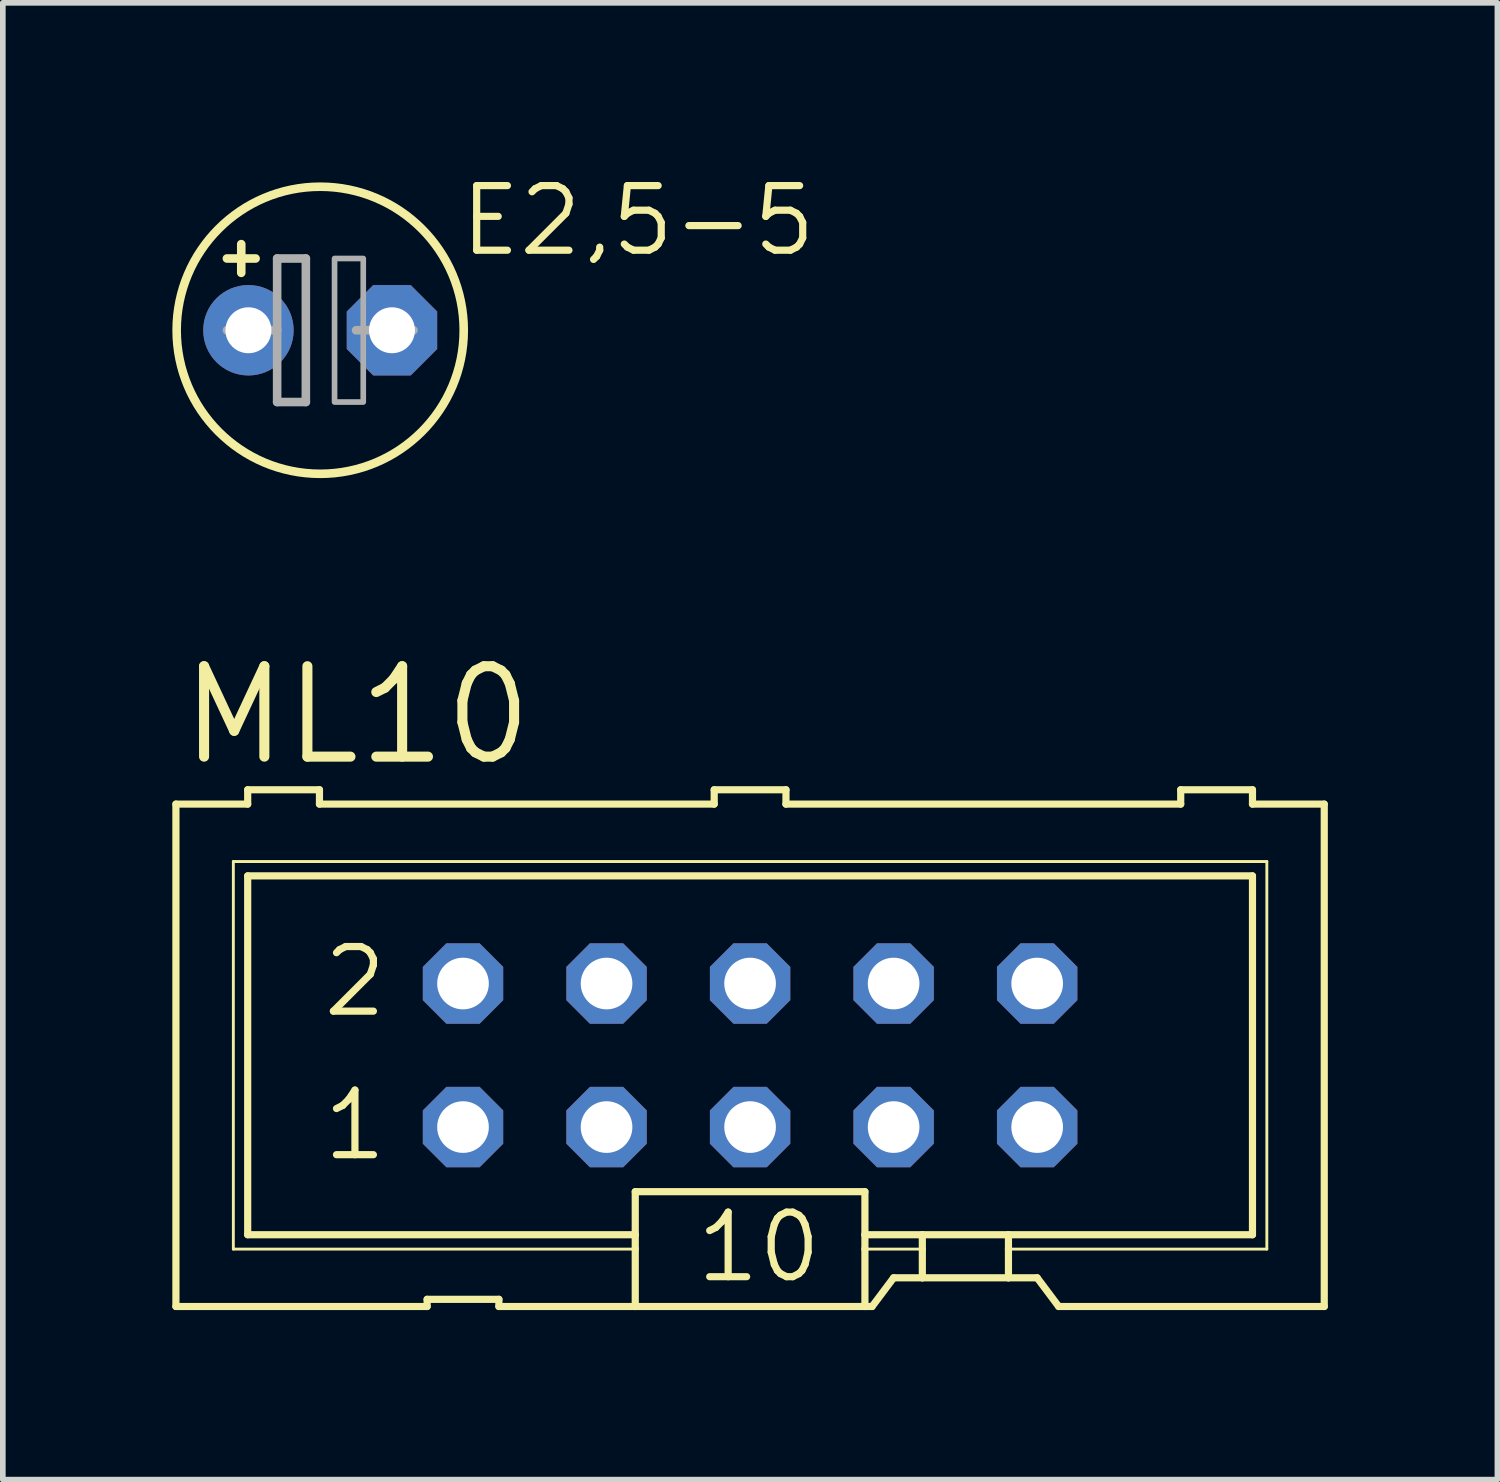
<source format=kicad_pcb>
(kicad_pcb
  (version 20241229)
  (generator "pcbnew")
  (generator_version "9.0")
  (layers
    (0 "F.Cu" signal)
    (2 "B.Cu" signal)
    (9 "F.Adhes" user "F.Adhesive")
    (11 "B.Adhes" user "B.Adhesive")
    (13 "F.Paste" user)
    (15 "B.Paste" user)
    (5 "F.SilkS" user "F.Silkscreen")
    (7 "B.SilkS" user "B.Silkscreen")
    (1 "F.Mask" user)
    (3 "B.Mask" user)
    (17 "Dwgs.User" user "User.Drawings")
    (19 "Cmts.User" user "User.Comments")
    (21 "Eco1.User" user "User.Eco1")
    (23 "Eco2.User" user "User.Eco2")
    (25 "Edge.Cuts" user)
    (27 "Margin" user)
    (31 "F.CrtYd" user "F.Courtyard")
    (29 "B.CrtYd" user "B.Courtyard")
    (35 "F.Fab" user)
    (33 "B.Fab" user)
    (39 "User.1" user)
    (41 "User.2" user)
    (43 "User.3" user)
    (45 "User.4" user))
  (footprint "E2,5-5"
    (layer "F.Cu")
    (at 2.616 2.794)
    (property "Reference" "E2,5-5" (at 2.413 -1.27 0) (layer "F.SilkS") (effects (font (size 1.143 1.143) (thickness 0.127)) (justify left bottom)))
    (fp_line (start -1.651 -1.27) (end -1.397 -1.27) (stroke (width 0.152) (type solid)) (layer "F.SilkS"))
    (fp_line (start -1.397 -1.27) (end -1.397 -1.524) (stroke (width 0.152) (type solid)) (layer "F.SilkS"))
    (fp_line (start -1.397 -1.27) (end -1.143 -1.27) (stroke (width 0.152) (type solid)) (layer "F.SilkS"))
    (fp_line (start -1.397 -1.016) (end -1.397 -1.27) (stroke (width 0.152) (type solid)) (layer "F.SilkS"))
    (fp_circle (center 0 0) (end 2.54 0) (stroke (width 0.152) (type solid)) (fill no) (layer "F.SilkS"))
    (fp_line (start -1.651 0) (end -0.762 0) (stroke (width 0.152) (type solid)) (layer "F.Fab"))
    (fp_line (start -0.762 -1.27) (end -0.762 0) (stroke (width 0.152) (type solid)) (layer "F.Fab"))
    (fp_line (start -0.762 0) (end -0.762 1.27) (stroke (width 0.152) (type solid)) (layer "F.Fab"))
    (fp_line (start -0.762 1.27) (end -0.254 1.27) (stroke (width 0.152) (type solid)) (layer "F.Fab"))
    (fp_line (start -0.254 -1.27) (end -0.762 -1.27) (stroke (width 0.152) (type solid)) (layer "F.Fab"))
    (fp_line (start -0.254 1.27) (end -0.254 -1.27) (stroke (width 0.152) (type solid)) (layer "F.Fab"))
    (fp_line (start 0.635 0) (end 1.651 0) (stroke (width 0.152) (type solid)) (layer "F.Fab"))
    (fp_poly (pts (xy 0.254 1.27) (xy 0.762 1.27) (xy 0.762 -1.27) (xy 0.254 -1.27)) (stroke (width 0.1) (type solid)) (fill no) (layer "F.Fab"))
    (pad "+" thru_hole circle (at -1.27 0) (size 1.6 1.6) (drill 0.813) (layers "*.Cu" "*.Mask"))
    (pad "-" thru_hole roundrect (at 1.27 0) (size 1.6 1.6) (drill 0.813) (layers "*.Cu" "*.Mask") (roundrect_rratio 0.25) (chamfer_ratio 0.293) (chamfer top_left top_right bottom_left bottom_right)))
  (footprint "ML10"
    (layer "F.Cu")
    (at 10.223 15.624)
    (property "Reference" "ML10" (at -10.16 -5.08 0) (layer "F.SilkS") (effects (font (size 1.6 1.6) (thickness 0.178)) (justify left bottom)))
    (fp_line (start -10.16 -4.445) (end -10.16 4.445) (stroke (width 0.127) (type solid)) (layer "F.SilkS"))
    (fp_line (start -10.16 -4.445) (end -8.89 -4.445) (stroke (width 0.127) (type solid)) (layer "F.SilkS"))
    (fp_line (start -9.144 -3.429) (end -9.144 3.429) (stroke (width 0.051) (type solid)) (layer "F.SilkS"))
    (fp_line (start -9.144 3.429) (end -2.032 3.429) (stroke (width 0.051) (type solid)) (layer "F.SilkS"))
    (fp_line (start -8.89 -4.699) (end -8.89 -4.445) (stroke (width 0.127) (type solid)) (layer "F.SilkS"))
    (fp_line (start -8.89 -3.175) (end -8.89 3.175) (stroke (width 0.127) (type solid)) (layer "F.SilkS"))
    (fp_line (start -8.89 -3.175) (end 8.89 -3.175) (stroke (width 0.127) (type solid)) (layer "F.SilkS"))
    (fp_line (start -7.62 -4.699) (end -8.89 -4.699) (stroke (width 0.127) (type solid)) (layer "F.SilkS"))
    (fp_line (start -7.62 -4.699) (end -7.62 -4.445) (stroke (width 0.127) (type solid)) (layer "F.SilkS"))
    (fp_line (start -7.62 -4.445) (end -0.635 -4.445) (stroke (width 0.127) (type solid)) (layer "F.SilkS"))
    (fp_line (start -5.715 4.445) (end -10.16 4.445) (stroke (width 0.127) (type solid)) (layer "F.SilkS"))
    (fp_line (start -5.715 4.445) (end -5.715 4.318) (stroke (width 0.127) (type solid)) (layer "F.SilkS"))
    (fp_line (start -4.445 4.318) (end -5.715 4.318) (stroke (width 0.127) (type solid)) (layer "F.SilkS"))
    (fp_line (start -4.445 4.318) (end -4.445 4.445) (stroke (width 0.127) (type solid)) (layer "F.SilkS"))
    (fp_line (start -2.032 3.175) (end -8.89 3.175) (stroke (width 0.127) (type solid)) (layer "F.SilkS"))
    (fp_line (start -2.032 3.175) (end -2.032 2.413) (stroke (width 0.127) (type solid)) (layer "F.SilkS"))
    (fp_line (start -2.032 3.175) (end -2.032 3.429) (stroke (width 0.127) (type solid)) (layer "F.SilkS"))
    (fp_line (start -2.032 3.429) (end -2.032 4.445) (stroke (width 0.127) (type solid)) (layer "F.SilkS"))
    (fp_line (start -2.032 4.445) (end -4.445 4.445) (stroke (width 0.127) (type solid)) (layer "F.SilkS"))
    (fp_line (start -0.635 -4.699) (end -0.635 -4.445) (stroke (width 0.127) (type solid)) (layer "F.SilkS"))
    (fp_line (start 0.635 -4.699) (end -0.635 -4.699) (stroke (width 0.127) (type solid)) (layer "F.SilkS"))
    (fp_line (start 0.635 -4.699) (end 0.635 -4.445) (stroke (width 0.127) (type solid)) (layer "F.SilkS"))
    (fp_line (start 0.635 -4.445) (end 7.62 -4.445) (stroke (width 0.127) (type solid)) (layer "F.SilkS"))
    (fp_line (start 2.032 2.413) (end -2.032 2.413) (stroke (width 0.127) (type solid)) (layer "F.SilkS"))
    (fp_line (start 2.032 2.413) (end 2.032 3.175) (stroke (width 0.127) (type solid)) (layer "F.SilkS"))
    (fp_line (start 2.032 3.175) (end 2.032 3.429) (stroke (width 0.127) (type solid)) (layer "F.SilkS"))
    (fp_line (start 2.032 3.429) (end 2.032 4.445) (stroke (width 0.127) (type solid)) (layer "F.SilkS"))
    (fp_line (start 2.032 4.445) (end -2.032 4.445) (stroke (width 0.127) (type solid)) (layer "F.SilkS"))
    (fp_line (start 2.159 4.445) (end 2.032 4.445) (stroke (width 0.127) (type solid)) (layer "F.SilkS"))
    (fp_line (start 2.159 4.445) (end 2.54 3.937) (stroke (width 0.127) (type solid)) (layer "F.SilkS"))
    (fp_line (start 3.048 3.175) (end 2.032 3.175) (stroke (width 0.127) (type solid)) (layer "F.SilkS"))
    (fp_line (start 3.048 3.175) (end 3.048 3.429) (stroke (width 0.127) (type solid)) (layer "F.SilkS"))
    (fp_line (start 3.048 3.429) (end 2.032 3.429) (stroke (width 0.051) (type solid)) (layer "F.SilkS"))
    (fp_line (start 3.048 3.429) (end 3.048 3.937) (stroke (width 0.127) (type solid)) (layer "F.SilkS"))
    (fp_line (start 3.048 3.937) (end 2.54 3.937) (stroke (width 0.127) (type solid)) (layer "F.SilkS"))
    (fp_line (start 4.572 3.175) (end 3.048 3.175) (stroke (width 0.127) (type solid)) (layer "F.SilkS"))
    (fp_line (start 4.572 3.175) (end 4.572 3.429) (stroke (width 0.127) (type solid)) (layer "F.SilkS"))
    (fp_line (start 4.572 3.429) (end 4.572 3.937) (stroke (width 0.127) (type solid)) (layer "F.SilkS"))
    (fp_line (start 4.572 3.429) (end 9.144 3.429) (stroke (width 0.051) (type solid)) (layer "F.SilkS"))
    (fp_line (start 4.572 3.937) (end 3.048 3.937) (stroke (width 0.127) (type solid)) (layer "F.SilkS"))
    (fp_line (start 5.08 3.937) (end 4.572 3.937) (stroke (width 0.127) (type solid)) (layer "F.SilkS"))
    (fp_line (start 5.08 3.937) (end 5.461 4.445) (stroke (width 0.127) (type solid)) (layer "F.SilkS"))
    (fp_line (start 7.62 -4.445) (end 7.62 -4.699) (stroke (width 0.127) (type solid)) (layer "F.SilkS"))
    (fp_line (start 8.89 -4.699) (end 7.62 -4.699) (stroke (width 0.127) (type solid)) (layer "F.SilkS"))
    (fp_line (start 8.89 -4.445) (end 8.89 -4.699) (stroke (width 0.127) (type solid)) (layer "F.SilkS"))
    (fp_line (start 8.89 -4.445) (end 10.16 -4.445) (stroke (width 0.127) (type solid)) (layer "F.SilkS"))
    (fp_line (start 8.89 3.175) (end 4.572 3.175) (stroke (width 0.127) (type solid)) (layer "F.SilkS"))
    (fp_line (start 8.89 3.175) (end 8.89 -3.175) (stroke (width 0.127) (type solid)) (layer "F.SilkS"))
    (fp_line (start 9.144 -3.429) (end -9.144 -3.429) (stroke (width 0.051) (type solid)) (layer "F.SilkS"))
    (fp_line (start 9.144 3.429) (end 9.144 -3.429) (stroke (width 0.051) (type solid)) (layer "F.SilkS"))
    (fp_line (start 10.16 4.445) (end 5.461 4.445) (stroke (width 0.127) (type solid)) (layer "F.SilkS"))
    (fp_line (start 10.16 4.445) (end 10.16 -4.445) (stroke (width 0.127) (type solid)) (layer "F.SilkS"))
    (fp_poly (pts (xy -5.334 -1.016) (xy -4.826 -1.016) (xy -4.826 -1.524) (xy -5.334 -1.524)) (stroke (width 0.1) (type solid)) (fill no) (layer "F.Fab"))
    (fp_poly (pts (xy -5.334 1.524) (xy -4.826 1.524) (xy -4.826 1.016) (xy -5.334 1.016)) (stroke (width 0.1) (type solid)) (fill no) (layer "F.Fab"))
    (fp_poly (pts (xy -2.794 -1.016) (xy -2.286 -1.016) (xy -2.286 -1.524) (xy -2.794 -1.524)) (stroke (width 0.1) (type solid)) (fill no) (layer "F.Fab"))
    (fp_poly (pts (xy -2.794 1.524) (xy -2.286 1.524) (xy -2.286 1.016) (xy -2.794 1.016)) (stroke (width 0.1) (type solid)) (fill no) (layer "F.Fab"))
    (fp_poly (pts (xy -0.254 -1.016) (xy 0.254 -1.016) (xy 0.254 -1.524) (xy -0.254 -1.524)) (stroke (width 0.1) (type solid)) (fill no) (layer "F.Fab"))
    (fp_poly (pts (xy -0.254 1.524) (xy 0.254 1.524) (xy 0.254 1.016) (xy -0.254 1.016)) (stroke (width 0.1) (type solid)) (fill no) (layer "F.Fab"))
    (fp_poly (pts (xy 2.286 -1.016) (xy 2.794 -1.016) (xy 2.794 -1.524) (xy 2.286 -1.524)) (stroke (width 0.1) (type solid)) (fill no) (layer "F.Fab"))
    (fp_poly (pts (xy 2.286 1.524) (xy 2.794 1.524) (xy 2.794 1.016) (xy 2.286 1.016)) (stroke (width 0.1) (type solid)) (fill no) (layer "F.Fab"))
    (fp_poly (pts (xy 4.826 -1.016) (xy 5.334 -1.016) (xy 5.334 -1.524) (xy 4.826 -1.524)) (stroke (width 0.1) (type solid)) (fill no) (layer "F.Fab"))
    (fp_poly (pts (xy 4.826 1.524) (xy 5.334 1.524) (xy 5.334 1.016) (xy 4.826 1.016)) (stroke (width 0.1) (type solid)) (fill no) (layer "F.Fab"))
    (fp_text user "2" (at -7.62 -0.635 0) (layer "F.SilkS") (effects (font (size 1.143 1.143) (thickness 0.127)) (justify left bottom)))
    (fp_text user "10" (at -1.016 4.064 0) (layer "F.SilkS") (effects (font (size 1.143 1.143) (thickness 0.127)) (justify left bottom)))
    (fp_text user "1" (at -7.62 1.905 0) (layer "F.SilkS") (effects (font (size 1.143 1.143) (thickness 0.127)) (justify left bottom)))
    (pad "1" thru_hole roundrect (at -5.08 1.27) (size 1.422 1.422) (drill 0.914) (layers "*.Cu" "*.Mask") (roundrect_rratio 0.25) (chamfer_ratio 0.293) (chamfer top_left top_right bottom_left bottom_right))
    (pad "2" thru_hole roundrect (at -5.08 -1.27) (size 1.422 1.422) (drill 0.914) (layers "*.Cu" "*.Mask") (roundrect_rratio 0.25) (chamfer_ratio 0.293) (chamfer top_left top_right bottom_left bottom_right))
    (pad "3" thru_hole roundrect (at -2.54 1.27) (size 1.422 1.422) (drill 0.914) (layers "*.Cu" "*.Mask") (roundrect_rratio 0.25) (chamfer_ratio 0.293) (chamfer top_left top_right bottom_left bottom_right))
    (pad "4" thru_hole roundrect (at -2.54 -1.27) (size 1.422 1.422) (drill 0.914) (layers "*.Cu" "*.Mask") (roundrect_rratio 0.25) (chamfer_ratio 0.293) (chamfer top_left top_right bottom_left bottom_right))
    (pad "5" thru_hole roundrect (at 0 1.27) (size 1.422 1.422) (drill 0.914) (layers "*.Cu" "*.Mask") (roundrect_rratio 0.25) (chamfer_ratio 0.293) (chamfer top_left top_right bottom_left bottom_right))
    (pad "6" thru_hole roundrect (at 0 -1.27) (size 1.422 1.422) (drill 0.914) (layers "*.Cu" "*.Mask") (roundrect_rratio 0.25) (chamfer_ratio 0.293) (chamfer top_left top_right bottom_left bottom_right))
    (pad "7" thru_hole roundrect (at 2.54 1.27) (size 1.422 1.422) (drill 0.914) (layers "*.Cu" "*.Mask") (roundrect_rratio 0.25) (chamfer_ratio 0.293) (chamfer top_left top_right bottom_left bottom_right))
    (pad "8" thru_hole roundrect (at 2.54 -1.27) (size 1.422 1.422) (drill 0.914) (layers "*.Cu" "*.Mask") (roundrect_rratio 0.25) (chamfer_ratio 0.293) (chamfer top_left top_right bottom_left bottom_right))
    (pad "9" thru_hole roundrect (at 5.08 1.27) (size 1.422 1.422) (drill 0.914) (layers "*.Cu" "*.Mask") (roundrect_rratio 0.25) (chamfer_ratio 0.293) (chamfer top_left top_right bottom_left bottom_right))
    (pad "10" thru_hole roundrect (at 5.08 -1.27) (size 1.422 1.422) (drill 0.914) (layers "*.Cu" "*.Mask") (roundrect_rratio 0.25) (chamfer_ratio 0.293) (chamfer top_left top_right bottom_left bottom_right)))
  (gr_rect
    (start -3 -3)
    (end 23.447 23.132)
    (stroke (width 0.1) (type default))
    (fill no)
    (layer "Edge.Cuts")))
</source>
